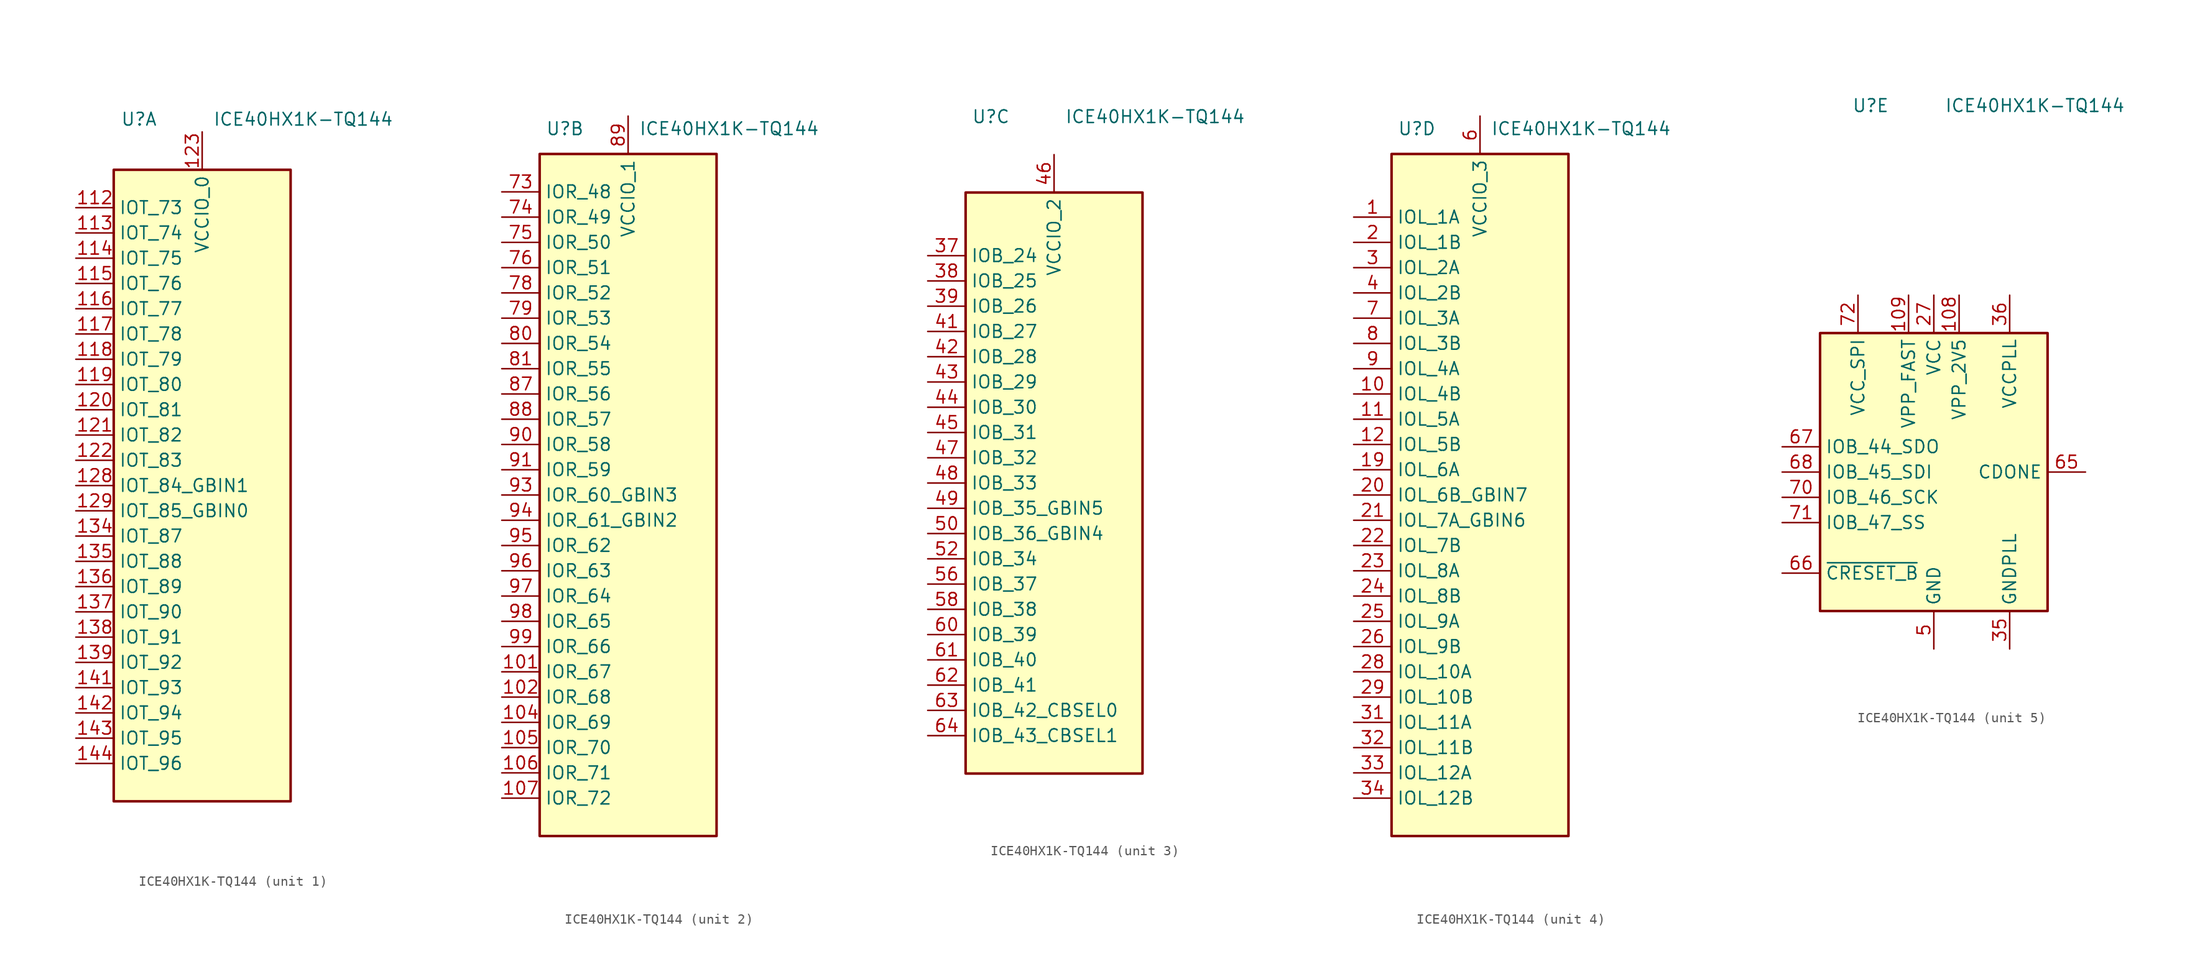
<source format=kicad_sym>
(kicad_symbol_lib
  (version 20201005)
  (generator kicad_symbol_editor)
  (symbol "FPGA_Lattice:ICE40HX1K-TQ144"
    (property "Reference" "U"
      (at -6.35 36.83 0)
      (effects (font (size 1.27 1.27))))
    (property "Value" "ICE40HX1K-TQ144"
      (at 10.16 36.83 0)
      (effects (font (size 1.27 1.27))))
    (property "ki_locked" ""
      (at 0 0 0)
      (effects (font (size 1.27 1.27))))
    (symbol "ICE40HX1K-TQ144_1_1"
      (rectangle (start -8.89 31.75) (end 8.89 -31.75) (stroke (width 0.254)) (fill (type background)))
      (pin bidirectional line (at -12.7 27.94 0) (length 3.81) (name "IOT_73" (effects (font (size 1.27 1.27)))) (number "112" (effects (font (size 1.27 1.27)))))
      (pin bidirectional line (at -12.7 25.4 0) (length 3.81) (name "IOT_74" (effects (font (size 1.27 1.27)))) (number "113" (effects (font (size 1.27 1.27)))))
      (pin bidirectional line (at -12.7 22.86 0) (length 3.81) (name "IOT_75" (effects (font (size 1.27 1.27)))) (number "114" (effects (font (size 1.27 1.27)))))
      (pin bidirectional line (at -12.7 20.32 0) (length 3.81) (name "IOT_76" (effects (font (size 1.27 1.27)))) (number "115" (effects (font (size 1.27 1.27)))))
      (pin bidirectional line (at -12.7 17.78 0) (length 3.81) (name "IOT_77" (effects (font (size 1.27 1.27)))) (number "116" (effects (font (size 1.27 1.27)))))
      (pin bidirectional line (at -12.7 15.24 0) (length 3.81) (name "IOT_78" (effects (font (size 1.27 1.27)))) (number "117" (effects (font (size 1.27 1.27)))))
      (pin bidirectional line (at -12.7 12.7 0) (length 3.81) (name "IOT_79" (effects (font (size 1.27 1.27)))) (number "118" (effects (font (size 1.27 1.27)))))
      (pin bidirectional line (at -12.7 10.16 0) (length 3.81) (name "IOT_80" (effects (font (size 1.27 1.27)))) (number "119" (effects (font (size 1.27 1.27)))))
      (pin bidirectional line (at -12.7 7.62 0) (length 3.81) (name "IOT_81" (effects (font (size 1.27 1.27)))) (number "120" (effects (font (size 1.27 1.27)))))
      (pin bidirectional line (at -12.7 5.08 0) (length 3.81) (name "IOT_82" (effects (font (size 1.27 1.27)))) (number "121" (effects (font (size 1.27 1.27)))))
      (pin bidirectional line (at -12.7 2.54 0) (length 3.81) (name "IOT_83" (effects (font (size 1.27 1.27)))) (number "122" (effects (font (size 1.27 1.27)))))
      (pin power_in line (at 0 35.56 270) (length 3.81) (name "VCCIO_0" (effects (font (size 1.27 1.27)))) (number "123" (effects (font (size 1.27 1.27)))))
      (pin bidirectional line (at -12.7 0 0) (length 3.81) (name "IOT_84_GBIN1" (effects (font (size 1.27 1.27)))) (number "128" (effects (font (size 1.27 1.27)))))
      (pin bidirectional line (at -12.7 -2.54 0) (length 3.81) (name "IOT_85_GBIN0" (effects (font (size 1.27 1.27)))) (number "129" (effects (font (size 1.27 1.27)))))
      (pin passive line (at 0 35.56 270) (length 3.81) hide (name "VCCIO_0" (effects (font (size 1.27 1.27)))) (number "133" (effects (font (size 1.27 1.27)))))
      (pin bidirectional line (at -12.7 -5.08 0) (length 3.81) (name "IOT_87" (effects (font (size 1.27 1.27)))) (number "134" (effects (font (size 1.27 1.27)))))
      (pin bidirectional line (at -12.7 -7.62 0) (length 3.81) (name "IOT_88" (effects (font (size 1.27 1.27)))) (number "135" (effects (font (size 1.27 1.27)))))
      (pin bidirectional line (at -12.7 -10.16 0) (length 3.81) (name "IOT_89" (effects (font (size 1.27 1.27)))) (number "136" (effects (font (size 1.27 1.27)))))
      (pin bidirectional line (at -12.7 -12.7 0) (length 3.81) (name "IOT_90" (effects (font (size 1.27 1.27)))) (number "137" (effects (font (size 1.27 1.27)))))
      (pin bidirectional line (at -12.7 -15.24 0) (length 3.81) (name "IOT_91" (effects (font (size 1.27 1.27)))) (number "138" (effects (font (size 1.27 1.27)))))
      (pin bidirectional line (at -12.7 -17.78 0) (length 3.81) (name "IOT_92" (effects (font (size 1.27 1.27)))) (number "139" (effects (font (size 1.27 1.27)))))
      (pin bidirectional line (at -12.7 -20.32 0) (length 3.81) (name "IOT_93" (effects (font (size 1.27 1.27)))) (number "141" (effects (font (size 1.27 1.27)))))
      (pin bidirectional line (at -12.7 -22.86 0) (length 3.81) (name "IOT_94" (effects (font (size 1.27 1.27)))) (number "142" (effects (font (size 1.27 1.27)))))
      (pin bidirectional line (at -12.7 -25.4 0) (length 3.81) (name "IOT_95" (effects (font (size 1.27 1.27)))) (number "143" (effects (font (size 1.27 1.27)))))
      (pin bidirectional line (at -12.7 -27.94 0) (length 3.81) (name "IOT_96" (effects (font (size 1.27 1.27)))) (number "144" (effects (font (size 1.27 1.27)))))
      (pin no_connect line (at 7.62 10.16 180) (length 3.81) hide (name "NC" (effects (font (size 1.27 1.27)))) (number "15" (effects (font (size 1.27 1.27)))))
      (pin no_connect line (at 7.62 7.62 180) (length 3.81) hide (name "NC" (effects (font (size 1.27 1.27)))) (number "16" (effects (font (size 1.27 1.27)))))
      (pin no_connect line (at 7.62 5.08 180) (length 3.81) hide (name "NC" (effects (font (size 1.27 1.27)))) (number "17" (effects (font (size 1.27 1.27)))))
      (pin no_connect line (at 7.62 -7.62 180) (length 3.81) hide (name "NC" (effects (font (size 1.27 1.27)))) (number "18" (effects (font (size 1.27 1.27)))))
      (pin no_connect line (at 7.62 -10.16 180) (length 3.81) hide (name "NC" (effects (font (size 1.27 1.27)))) (number "77" (effects (font (size 1.27 1.27))))))
    (symbol "ICE40HX1K-TQ144_2_1"
      (rectangle (start -8.89 34.29) (end 8.89 -34.29) (stroke (width 0.254)) (fill (type background)))
      (pin passive line (at 0 38.1 270) (length 3.81) hide (name "VCCIO_1" (effects (font (size 1.27 1.27)))) (number "100" (effects (font (size 1.27 1.27)))))
      (pin bidirectional line (at -12.7 -17.78 0) (length 3.81) (name "IOR_67" (effects (font (size 1.27 1.27)))) (number "101" (effects (font (size 1.27 1.27)))))
      (pin bidirectional line (at -12.7 -20.32 0) (length 3.81) (name "IOR_68" (effects (font (size 1.27 1.27)))) (number "102" (effects (font (size 1.27 1.27)))))
      (pin bidirectional line (at -12.7 -22.86 0) (length 3.81) (name "IOR_69" (effects (font (size 1.27 1.27)))) (number "104" (effects (font (size 1.27 1.27)))))
      (pin bidirectional line (at -12.7 -25.4 0) (length 3.81) (name "IOR_70" (effects (font (size 1.27 1.27)))) (number "105" (effects (font (size 1.27 1.27)))))
      (pin bidirectional line (at -12.7 -27.94 0) (length 3.81) (name "IOR_71" (effects (font (size 1.27 1.27)))) (number "106" (effects (font (size 1.27 1.27)))))
      (pin bidirectional line (at -12.7 -30.48 0) (length 3.81) (name "IOR_72" (effects (font (size 1.27 1.27)))) (number "107" (effects (font (size 1.27 1.27)))))
      (pin no_connect line (at 7.62 10.16 180) (length 3.81) hide (name "NC" (effects (font (size 1.27 1.27)))) (number "40" (effects (font (size 1.27 1.27)))))
      (pin no_connect line (at 7.62 7.62 180) (length 3.81) hide (name "NC" (effects (font (size 1.27 1.27)))) (number "53" (effects (font (size 1.27 1.27)))))
      (pin no_connect line (at 7.62 5.08 180) (length 3.81) hide (name "NC" (effects (font (size 1.27 1.27)))) (number "54" (effects (font (size 1.27 1.27)))))
      (pin no_connect line (at 7.62 -7.62 180) (length 3.81) hide (name "NC" (effects (font (size 1.27 1.27)))) (number "55" (effects (font (size 1.27 1.27)))))
      (pin bidirectional line (at -12.7 30.48 0) (length 3.81) (name "IOR_48" (effects (font (size 1.27 1.27)))) (number "73" (effects (font (size 1.27 1.27)))))
      (pin bidirectional line (at -12.7 27.94 0) (length 3.81) (name "IOR_49" (effects (font (size 1.27 1.27)))) (number "74" (effects (font (size 1.27 1.27)))))
      (pin bidirectional line (at -12.7 25.4 0) (length 3.81) (name "IOR_50" (effects (font (size 1.27 1.27)))) (number "75" (effects (font (size 1.27 1.27)))))
      (pin bidirectional line (at -12.7 22.86 0) (length 3.81) (name "IOR_51" (effects (font (size 1.27 1.27)))) (number "76" (effects (font (size 1.27 1.27)))))
      (pin bidirectional line (at -12.7 20.32 0) (length 3.81) (name "IOR_52" (effects (font (size 1.27 1.27)))) (number "78" (effects (font (size 1.27 1.27)))))
      (pin bidirectional line (at -12.7 17.78 0) (length 3.81) (name "IOR_53" (effects (font (size 1.27 1.27)))) (number "79" (effects (font (size 1.27 1.27)))))
      (pin bidirectional line (at -12.7 15.24 0) (length 3.81) (name "IOR_54" (effects (font (size 1.27 1.27)))) (number "80" (effects (font (size 1.27 1.27)))))
      (pin bidirectional line (at -12.7 12.7 0) (length 3.81) (name "IOR_55" (effects (font (size 1.27 1.27)))) (number "81" (effects (font (size 1.27 1.27)))))
      (pin no_connect line (at 7.62 -10.16 180) (length 3.81) hide (name "NC" (effects (font (size 1.27 1.27)))) (number "82" (effects (font (size 1.27 1.27)))))
      (pin bidirectional line (at -12.7 10.16 0) (length 3.81) (name "IOR_56" (effects (font (size 1.27 1.27)))) (number "87" (effects (font (size 1.27 1.27)))))
      (pin bidirectional line (at -12.7 7.62 0) (length 3.81) (name "IOR_57" (effects (font (size 1.27 1.27)))) (number "88" (effects (font (size 1.27 1.27)))))
      (pin power_in line (at 0 38.1 270) (length 3.81) (name "VCCIO_1" (effects (font (size 1.27 1.27)))) (number "89" (effects (font (size 1.27 1.27)))))
      (pin bidirectional line (at -12.7 5.08 0) (length 3.81) (name "IOR_58" (effects (font (size 1.27 1.27)))) (number "90" (effects (font (size 1.27 1.27)))))
      (pin bidirectional line (at -12.7 2.54 0) (length 3.81) (name "IOR_59" (effects (font (size 1.27 1.27)))) (number "91" (effects (font (size 1.27 1.27)))))
      (pin bidirectional line (at -12.7 0 0) (length 3.81) (name "IOR_60_GBIN3" (effects (font (size 1.27 1.27)))) (number "93" (effects (font (size 1.27 1.27)))))
      (pin bidirectional line (at -12.7 -2.54 0) (length 3.81) (name "IOR_61_GBIN2" (effects (font (size 1.27 1.27)))) (number "94" (effects (font (size 1.27 1.27)))))
      (pin bidirectional line (at -12.7 -5.08 0) (length 3.81) (name "IOR_62" (effects (font (size 1.27 1.27)))) (number "95" (effects (font (size 1.27 1.27)))))
      (pin bidirectional line (at -12.7 -7.62 0) (length 3.81) (name "IOR_63" (effects (font (size 1.27 1.27)))) (number "96" (effects (font (size 1.27 1.27)))))
      (pin bidirectional line (at -12.7 -10.16 0) (length 3.81) (name "IOR_64" (effects (font (size 1.27 1.27)))) (number "97" (effects (font (size 1.27 1.27)))))
      (pin bidirectional line (at -12.7 -12.7 0) (length 3.81) (name "IOR_65" (effects (font (size 1.27 1.27)))) (number "98" (effects (font (size 1.27 1.27)))))
      (pin bidirectional line (at -12.7 -15.24 0) (length 3.81) (name "IOR_66" (effects (font (size 1.27 1.27)))) (number "99" (effects (font (size 1.27 1.27))))))
    (symbol "ICE40HX1K-TQ144_3_1"
      (rectangle (start -8.89 29.21) (end 8.89 -29.21) (stroke (width 0.254)) (fill (type background)))
      (pin no_connect line (at 7.62 -10.16 180) (length 3.81) hide (name "NC" (effects (font (size 1.27 1.27)))) (number "110" (effects (font (size 1.27 1.27)))))
      (pin no_connect line (at 7.62 -17.78 180) (length 3.81) hide (name "NC" (effects (font (size 1.27 1.27)))) (number "124" (effects (font (size 1.27 1.27)))))
      (pin bidirectional line (at -12.7 22.86 0) (length 3.81) (name "IOB_24" (effects (font (size 1.27 1.27)))) (number "37" (effects (font (size 1.27 1.27)))))
      (pin bidirectional line (at -12.7 20.32 0) (length 3.81) (name "IOB_25" (effects (font (size 1.27 1.27)))) (number "38" (effects (font (size 1.27 1.27)))))
      (pin bidirectional line (at -12.7 17.78 0) (length 3.81) (name "IOB_26" (effects (font (size 1.27 1.27)))) (number "39" (effects (font (size 1.27 1.27)))))
      (pin bidirectional line (at -12.7 15.24 0) (length 3.81) (name "IOB_27" (effects (font (size 1.27 1.27)))) (number "41" (effects (font (size 1.27 1.27)))))
      (pin bidirectional line (at -12.7 12.7 0) (length 3.81) (name "IOB_28" (effects (font (size 1.27 1.27)))) (number "42" (effects (font (size 1.27 1.27)))))
      (pin bidirectional line (at -12.7 10.16 0) (length 3.81) (name "IOB_29" (effects (font (size 1.27 1.27)))) (number "43" (effects (font (size 1.27 1.27)))))
      (pin bidirectional line (at -12.7 7.62 0) (length 3.81) (name "IOB_30" (effects (font (size 1.27 1.27)))) (number "44" (effects (font (size 1.27 1.27)))))
      (pin bidirectional line (at -12.7 5.08 0) (length 3.81) (name "IOB_31" (effects (font (size 1.27 1.27)))) (number "45" (effects (font (size 1.27 1.27)))))
      (pin power_in line (at 0 33.02 270) (length 3.81) (name "VCCIO_2" (effects (font (size 1.27 1.27)))) (number "46" (effects (font (size 1.27 1.27)))))
      (pin bidirectional line (at -12.7 2.54 0) (length 3.81) (name "IOB_32" (effects (font (size 1.27 1.27)))) (number "47" (effects (font (size 1.27 1.27)))))
      (pin bidirectional line (at -12.7 0 0) (length 3.81) (name "IOB_33" (effects (font (size 1.27 1.27)))) (number "48" (effects (font (size 1.27 1.27)))))
      (pin bidirectional line (at -12.7 -2.54 0) (length 3.81) (name "IOB_35_GBIN5" (effects (font (size 1.27 1.27)))) (number "49" (effects (font (size 1.27 1.27)))))
      (pin bidirectional line (at -12.7 -5.08 0) (length 3.81) (name "IOB_36_GBIN4" (effects (font (size 1.27 1.27)))) (number "50" (effects (font (size 1.27 1.27)))))
      (pin bidirectional line (at -12.7 -7.62 0) (length 3.81) (name "IOB_34" (effects (font (size 1.27 1.27)))) (number "52" (effects (font (size 1.27 1.27)))))
      (pin bidirectional line (at -12.7 -10.16 0) (length 3.81) (name "IOB_37" (effects (font (size 1.27 1.27)))) (number "56" (effects (font (size 1.27 1.27)))))
      (pin passive line (at 0 33.02 270) (length 3.81) hide (name "VCCIO_2" (effects (font (size 1.27 1.27)))) (number "57" (effects (font (size 1.27 1.27)))))
      (pin bidirectional line (at -12.7 -12.7 0) (length 3.81) (name "IOB_38" (effects (font (size 1.27 1.27)))) (number "58" (effects (font (size 1.27 1.27)))))
      (pin bidirectional line (at -12.7 -15.24 0) (length 3.81) (name "IOB_39" (effects (font (size 1.27 1.27)))) (number "60" (effects (font (size 1.27 1.27)))))
      (pin bidirectional line (at -12.7 -17.78 0) (length 3.81) (name "IOB_40" (effects (font (size 1.27 1.27)))) (number "61" (effects (font (size 1.27 1.27)))))
      (pin bidirectional line (at -12.7 -20.32 0) (length 3.81) (name "IOB_41" (effects (font (size 1.27 1.27)))) (number "62" (effects (font (size 1.27 1.27)))))
      (pin bidirectional line (at -12.7 -22.86 0) (length 3.81) (name "IOB_42_CBSEL0" (effects (font (size 1.27 1.27)))) (number "63" (effects (font (size 1.27 1.27)))))
      (pin bidirectional line (at -12.7 -25.4 0) (length 3.81) (name "IOB_43_CBSEL1" (effects (font (size 1.27 1.27)))) (number "64" (effects (font (size 1.27 1.27)))))
      (pin no_connect line (at 7.62 10.16 180) (length 3.81) hide (name "NC" (effects (font (size 1.27 1.27)))) (number "83" (effects (font (size 1.27 1.27)))))
      (pin no_connect line (at 7.62 7.62 180) (length 3.81) hide (name "NC" (effects (font (size 1.27 1.27)))) (number "84" (effects (font (size 1.27 1.27)))))
      (pin no_connect line (at 7.62 -12.7 180) (length 3.81) hide (name "NC" (effects (font (size 1.27 1.27)))) (number "85" (effects (font (size 1.27 1.27))))))
    (symbol "ICE40HX1K-TQ144_4_1"
      (rectangle (start -8.89 34.29) (end 8.89 -34.29) (stroke (width 0.254)) (fill (type background)))
      (pin bidirectional line (at -12.7 27.94 0) (length 3.81) (name "IOL_1A" (effects (font (size 1.27 1.27)))) (number "1" (effects (font (size 1.27 1.27)))))
      (pin bidirectional line (at -12.7 10.16 0) (length 3.81) (name "IOL_4B" (effects (font (size 1.27 1.27)))) (number "10" (effects (font (size 1.27 1.27)))))
      (pin bidirectional line (at -12.7 7.62 0) (length 3.81) (name "IOL_5A" (effects (font (size 1.27 1.27)))) (number "11" (effects (font (size 1.27 1.27)))))
      (pin bidirectional line (at -12.7 5.08 0) (length 3.81) (name "IOL_5B" (effects (font (size 1.27 1.27)))) (number "12" (effects (font (size 1.27 1.27)))))
      (pin no_connect line (at 7.62 10.16 180) (length 3.81) hide (name "NC" (effects (font (size 1.27 1.27)))) (number "125" (effects (font (size 1.27 1.27)))))
      (pin no_connect line (at 7.62 7.62 180) (length 3.81) hide (name "NC" (effects (font (size 1.27 1.27)))) (number "126" (effects (font (size 1.27 1.27)))))
      (pin no_connect line (at 7.62 5.08 180) (length 3.81) hide (name "NC" (effects (font (size 1.27 1.27)))) (number "127" (effects (font (size 1.27 1.27)))))
      (pin no_connect line (at 7.62 -7.62 180) (length 3.81) hide (name "NC" (effects (font (size 1.27 1.27)))) (number "130" (effects (font (size 1.27 1.27)))))
      (pin no_connect line (at 7.62 -10.16 180) (length 3.81) hide (name "NC" (effects (font (size 1.27 1.27)))) (number "131" (effects (font (size 1.27 1.27)))))
      (pin bidirectional line (at -12.7 2.54 0) (length 3.81) (name "IOL_6A" (effects (font (size 1.27 1.27)))) (number "19" (effects (font (size 1.27 1.27)))))
      (pin bidirectional line (at -12.7 25.4 0) (length 3.81) (name "IOL_1B" (effects (font (size 1.27 1.27)))) (number "2" (effects (font (size 1.27 1.27)))))
      (pin bidirectional line (at -12.7 0 0) (length 3.81) (name "IOL_6B_GBIN7" (effects (font (size 1.27 1.27)))) (number "20" (effects (font (size 1.27 1.27)))))
      (pin bidirectional line (at -12.7 -2.54 0) (length 3.81) (name "IOL_7A_GBIN6" (effects (font (size 1.27 1.27)))) (number "21" (effects (font (size 1.27 1.27)))))
      (pin bidirectional line (at -12.7 -5.08 0) (length 3.81) (name "IOL_7B" (effects (font (size 1.27 1.27)))) (number "22" (effects (font (size 1.27 1.27)))))
      (pin bidirectional line (at -12.7 -7.62 0) (length 3.81) (name "IOL_8A" (effects (font (size 1.27 1.27)))) (number "23" (effects (font (size 1.27 1.27)))))
      (pin bidirectional line (at -12.7 -10.16 0) (length 3.81) (name "IOL_8B" (effects (font (size 1.27 1.27)))) (number "24" (effects (font (size 1.27 1.27)))))
      (pin bidirectional line (at -12.7 -12.7 0) (length 3.81) (name "IOL_9A" (effects (font (size 1.27 1.27)))) (number "25" (effects (font (size 1.27 1.27)))))
      (pin bidirectional line (at -12.7 -15.24 0) (length 3.81) (name "IOL_9B" (effects (font (size 1.27 1.27)))) (number "26" (effects (font (size 1.27 1.27)))))
      (pin bidirectional line (at -12.7 -17.78 0) (length 3.81) (name "IOL_10A" (effects (font (size 1.27 1.27)))) (number "28" (effects (font (size 1.27 1.27)))))
      (pin bidirectional line (at -12.7 -20.32 0) (length 3.81) (name "IOL_10B" (effects (font (size 1.27 1.27)))) (number "29" (effects (font (size 1.27 1.27)))))
      (pin bidirectional line (at -12.7 22.86 0) (length 3.81) (name "IOL_2A" (effects (font (size 1.27 1.27)))) (number "3" (effects (font (size 1.27 1.27)))))
      (pin passive line (at 0 38.1 270) (length 3.81) hide (name "VCCIO_3" (effects (font (size 1.27 1.27)))) (number "30" (effects (font (size 1.27 1.27)))))
      (pin bidirectional line (at -12.7 -22.86 0) (length 3.81) (name "IOL_11A" (effects (font (size 1.27 1.27)))) (number "31" (effects (font (size 1.27 1.27)))))
      (pin bidirectional line (at -12.7 -25.4 0) (length 3.81) (name "IOL_11B" (effects (font (size 1.27 1.27)))) (number "32" (effects (font (size 1.27 1.27)))))
      (pin bidirectional line (at -12.7 -27.94 0) (length 3.81) (name "IOL_12A" (effects (font (size 1.27 1.27)))) (number "33" (effects (font (size 1.27 1.27)))))
      (pin bidirectional line (at -12.7 -30.48 0) (length 3.81) (name "IOL_12B" (effects (font (size 1.27 1.27)))) (number "34" (effects (font (size 1.27 1.27)))))
      (pin bidirectional line (at -12.7 20.32 0) (length 3.81) (name "IOL_2B" (effects (font (size 1.27 1.27)))) (number "4" (effects (font (size 1.27 1.27)))))
      (pin power_in line (at 0 38.1 270) (length 3.81) (name "VCCIO_3" (effects (font (size 1.27 1.27)))) (number "6" (effects (font (size 1.27 1.27)))))
      (pin bidirectional line (at -12.7 17.78 0) (length 3.81) (name "IOL_3A" (effects (font (size 1.27 1.27)))) (number "7" (effects (font (size 1.27 1.27)))))
      (pin bidirectional line (at -12.7 15.24 0) (length 3.81) (name "IOL_3B" (effects (font (size 1.27 1.27)))) (number "8" (effects (font (size 1.27 1.27)))))
      (pin bidirectional line (at -12.7 12.7 0) (length 3.81) (name "IOL_4A" (effects (font (size 1.27 1.27)))) (number "9" (effects (font (size 1.27 1.27))))))
    (symbol "ICE40HX1K-TQ144_5_1"
      (rectangle (start -11.43 13.97) (end 11.43 -13.97) (stroke (width 0.254)) (fill (type background)))
      (pin passive line (at 0 -17.78 90) (length 3.81) hide (name "GND" (effects (font (size 1.27 1.27)))) (number "103" (effects (font (size 1.27 1.27)))))
      (pin power_in line (at 2.54 17.78 270) (length 3.81) (name "VPP_2V5" (effects (font (size 1.27 1.27)))) (number "108" (effects (font (size 1.27 1.27)))))
      (pin power_in line (at -2.54 17.78 270) (length 3.81) (name "VPP_FAST" (effects (font (size 1.27 1.27)))) (number "109" (effects (font (size 1.27 1.27)))))
      (pin passive line (at 0 17.78 270) (length 3.81) hide (name "VCC" (effects (font (size 1.27 1.27)))) (number "111" (effects (font (size 1.27 1.27)))))
      (pin passive line (at 0 -17.78 90) (length 3.81) hide (name "GND" (effects (font (size 1.27 1.27)))) (number "13" (effects (font (size 1.27 1.27)))))
      (pin passive line (at 0 -17.78 90) (length 3.81) hide (name "GND" (effects (font (size 1.27 1.27)))) (number "132" (effects (font (size 1.27 1.27)))))
      (pin passive line (at 0 -17.78 90) (length 3.81) hide (name "GND" (effects (font (size 1.27 1.27)))) (number "14" (effects (font (size 1.27 1.27)))))
      (pin passive line (at 0 -17.78 90) (length 3.81) hide (name "GND" (effects (font (size 1.27 1.27)))) (number "140" (effects (font (size 1.27 1.27)))))
      (pin power_in line (at 0 17.78 270) (length 3.81) (name "VCC" (effects (font (size 1.27 1.27)))) (number "27" (effects (font (size 1.27 1.27)))))
      (pin power_in line (at 7.62 -17.78 90) (length 3.81) (name "GNDPLL" (effects (font (size 1.27 1.27)))) (number "35" (effects (font (size 1.27 1.27)))))
      (pin power_in line (at 7.62 17.78 270) (length 3.81) (name "VCCPLL" (effects (font (size 1.27 1.27)))) (number "36" (effects (font (size 1.27 1.27)))))
      (pin power_in line (at 0 -17.78 90) (length 3.81) (name "GND" (effects (font (size 1.27 1.27)))) (number "5" (effects (font (size 1.27 1.27)))))
      (pin passive line (at 0 17.78 270) (length 3.81) hide (name "VCC" (effects (font (size 1.27 1.27)))) (number "51" (effects (font (size 1.27 1.27)))))
      (pin passive line (at 0 -17.78 90) (length 3.81) hide (name "GND" (effects (font (size 1.27 1.27)))) (number "59" (effects (font (size 1.27 1.27)))))
      (pin open_collector line (at 15.24 0 180) (length 3.81) (name "CDONE" (effects (font (size 1.27 1.27)))) (number "65" (effects (font (size 1.27 1.27)))))
      (pin input line (at -15.24 -10.16 0) (length 3.81) (name "~CRESET_B" (effects (font (size 1.27 1.27)))) (number "66" (effects (font (size 1.27 1.27)))))
      (pin bidirectional line (at -15.24 2.54 0) (length 3.81) (name "IOB_44_SDO" (effects (font (size 1.27 1.27)))) (number "67" (effects (font (size 1.27 1.27)))))
      (pin bidirectional line (at -15.24 0 0) (length 3.81) (name "IOB_45_SDI" (effects (font (size 1.27 1.27)))) (number "68" (effects (font (size 1.27 1.27)))))
      (pin passive line (at 0 -17.78 90) (length 3.81) hide (name "GND" (effects (font (size 1.27 1.27)))) (number "69" (effects (font (size 1.27 1.27)))))
      (pin bidirectional line (at -15.24 -2.54 0) (length 3.81) (name "IOB_46_SCK" (effects (font (size 1.27 1.27)))) (number "70" (effects (font (size 1.27 1.27)))))
      (pin bidirectional line (at -15.24 -5.08 0) (length 3.81) (name "IOB_47_SS" (effects (font (size 1.27 1.27)))) (number "71" (effects (font (size 1.27 1.27)))))
      (pin power_in line (at -7.62 17.78 270) (length 3.81) (name "VCC_SPI" (effects (font (size 1.27 1.27)))) (number "72" (effects (font (size 1.27 1.27)))))
      (pin passive line (at 0 -17.78 90) (length 3.81) hide (name "GND" (effects (font (size 1.27 1.27)))) (number "86" (effects (font (size 1.27 1.27)))))
      (pin passive line (at 0 17.78 270) (length 3.81) hide (name "VCC" (effects (font (size 1.27 1.27)))) (number "92" (effects (font (size 1.27 1.27))))))))
</source>
